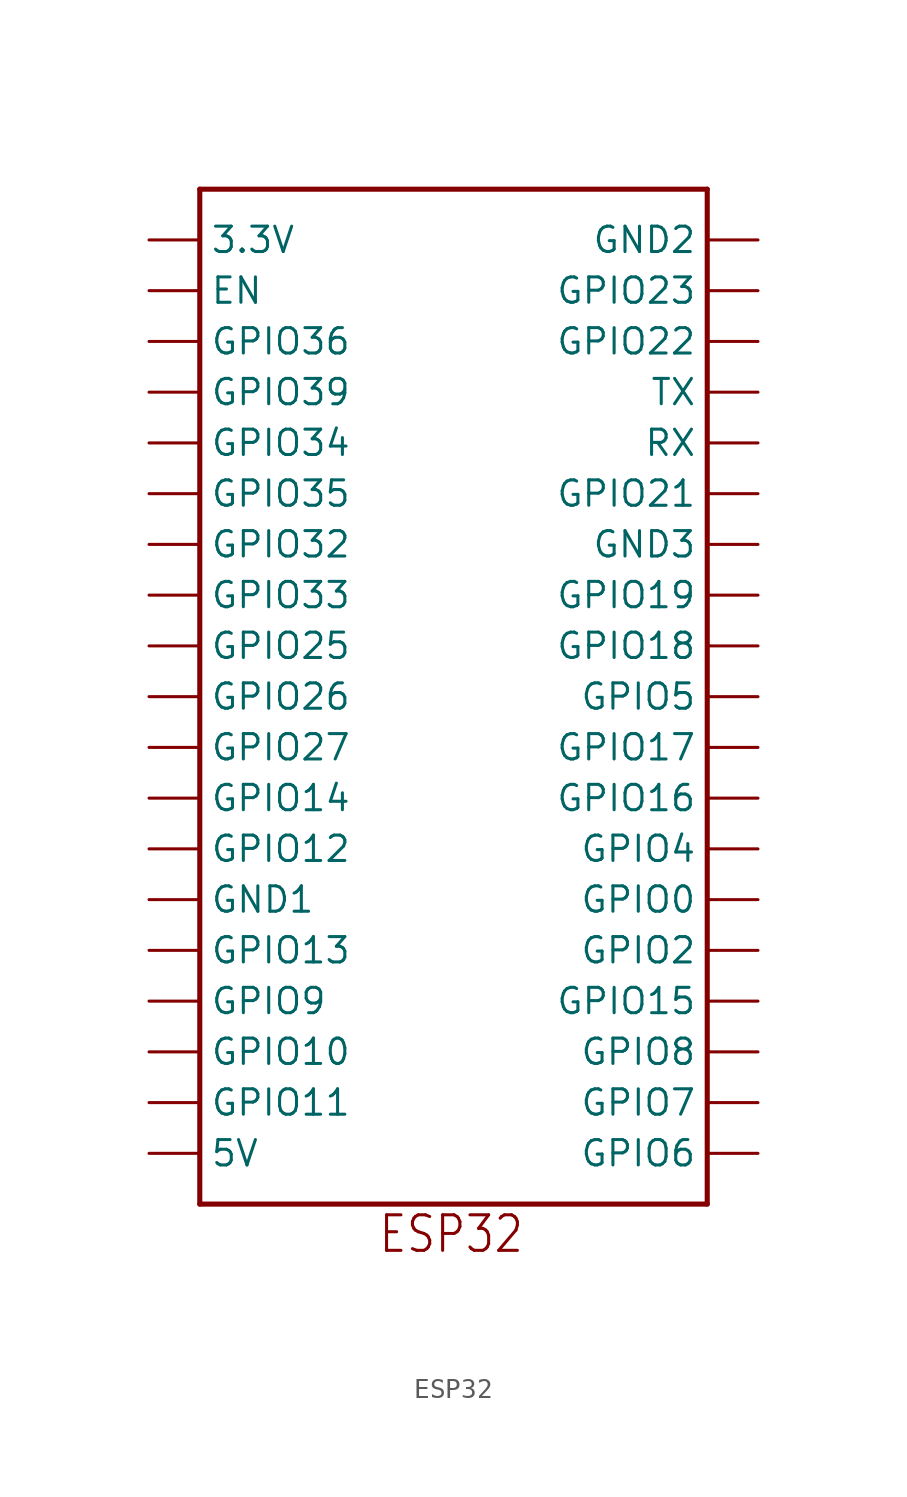
<source format=kicad_sym>
(kicad_symbol_lib
  (version 20220914)
  (generator kicad_symbol_editor)
  (symbol "ESP32"
    (property "Reference" ""
      (at 0 0 0)
      (effects (font (size 1.27 1.27)) hide))
    (property "ki_locked" ""
      (at 0 0 0)
      (effects (font (size 1.27 1.27))))
    (symbol "ESP32_1_0"
      (polyline (pts (xy 2.54 0) (xy 2.54 50.8)) (stroke (width 0.254) (type solid)) (fill (type none)))
      (polyline (pts (xy 2.54 50.8) (xy 27.94 50.8)) (stroke (width 0.254) (type solid)) (fill (type none)))
      (polyline (pts (xy 27.94 0) (xy 2.54 0)) (stroke (width 0.254) (type solid)) (fill (type none)))
      (polyline (pts (xy 27.94 50.8) (xy 27.94 0)) (stroke (width 0.254) (type solid)) (fill (type none)))
      (text "ESP32" (at 11.43 -2.54 0) (effects (font (size 1.778 1.511)) (justify left bottom)))
      (pin bidirectional line (at 0 48.26 0) (length 2.54) (name "3.3V" (effects (font (size 1.27 1.27)))) (number "3.3V" (effects (font (size 0 0)))))
      (pin bidirectional line (at 0 2.54 0) (length 2.54) (name "5V" (effects (font (size 1.27 1.27)))) (number "5V" (effects (font (size 0 0)))))
      (pin bidirectional line (at 0 45.72 0) (length 2.54) (name "EN" (effects (font (size 1.27 1.27)))) (number "EN" (effects (font (size 0 0)))))
      (pin bidirectional line (at 0 15.24 0) (length 2.54) (name "GND1" (effects (font (size 1.27 1.27)))) (number "GND1" (effects (font (size 0 0)))))
      (pin bidirectional line (at 30.48 48.26 180) (length 2.54) (name "GND2" (effects (font (size 1.27 1.27)))) (number "GND2" (effects (font (size 0 0)))))
      (pin bidirectional line (at 30.48 33.02 180) (length 2.54) (name "GND3" (effects (font (size 1.27 1.27)))) (number "GND3" (effects (font (size 0 0)))))
      (pin bidirectional line (at 30.48 15.24 180) (length 2.54) (name "GPIO0" (effects (font (size 1.27 1.27)))) (number "GPIO0" (effects (font (size 0 0)))))
      (pin bidirectional line (at 0 7.62 0) (length 2.54) (name "GPIO10" (effects (font (size 1.27 1.27)))) (number "GPIO10" (effects (font (size 0 0)))))
      (pin bidirectional line (at 0 5.08 0) (length 2.54) (name "GPIO11" (effects (font (size 1.27 1.27)))) (number "GPIO11" (effects (font (size 0 0)))))
      (pin bidirectional line (at 0 17.78 0) (length 2.54) (name "GPIO12" (effects (font (size 1.27 1.27)))) (number "GPIO12" (effects (font (size 0 0)))))
      (pin bidirectional line (at 0 12.7 0) (length 2.54) (name "GPIO13" (effects (font (size 1.27 1.27)))) (number "GPIO13" (effects (font (size 0 0)))))
      (pin bidirectional line (at 0 20.32 0) (length 2.54) (name "GPIO14" (effects (font (size 1.27 1.27)))) (number "GPIO14" (effects (font (size 0 0)))))
      (pin bidirectional line (at 30.48 10.16 180) (length 2.54) (name "GPIO15" (effects (font (size 1.27 1.27)))) (number "GPIO15" (effects (font (size 0 0)))))
      (pin bidirectional line (at 30.48 20.32 180) (length 2.54) (name "GPIO16" (effects (font (size 1.27 1.27)))) (number "GPIO16" (effects (font (size 0 0)))))
      (pin bidirectional line (at 30.48 22.86 180) (length 2.54) (name "GPIO17" (effects (font (size 1.27 1.27)))) (number "GPIO17" (effects (font (size 0 0)))))
      (pin bidirectional line (at 30.48 27.94 180) (length 2.54) (name "GPIO18" (effects (font (size 1.27 1.27)))) (number "GPIO18" (effects (font (size 0 0)))))
      (pin bidirectional line (at 30.48 30.48 180) (length 2.54) (name "GPIO19" (effects (font (size 1.27 1.27)))) (number "GPIO19" (effects (font (size 0 0)))))
      (pin bidirectional line (at 30.48 12.7 180) (length 2.54) (name "GPIO2" (effects (font (size 1.27 1.27)))) (number "GPIO2" (effects (font (size 0 0)))))
      (pin bidirectional line (at 30.48 35.56 180) (length 2.54) (name "GPIO21" (effects (font (size 1.27 1.27)))) (number "GPIO21" (effects (font (size 0 0)))))
      (pin bidirectional line (at 30.48 43.18 180) (length 2.54) (name "GPIO22" (effects (font (size 1.27 1.27)))) (number "GPIO22" (effects (font (size 0 0)))))
      (pin bidirectional line (at 30.48 45.72 180) (length 2.54) (name "GPIO23" (effects (font (size 1.27 1.27)))) (number "GPIO23" (effects (font (size 0 0)))))
      (pin bidirectional line (at 0 27.94 0) (length 2.54) (name "GPIO25" (effects (font (size 1.27 1.27)))) (number "GPIO25" (effects (font (size 0 0)))))
      (pin bidirectional line (at 0 25.4 0) (length 2.54) (name "GPIO26" (effects (font (size 1.27 1.27)))) (number "GPIO26" (effects (font (size 0 0)))))
      (pin bidirectional line (at 0 22.86 0) (length 2.54) (name "GPIO27" (effects (font (size 1.27 1.27)))) (number "GPIO27" (effects (font (size 0 0)))))
      (pin bidirectional line (at 0 33.02 0) (length 2.54) (name "GPIO32" (effects (font (size 1.27 1.27)))) (number "GPIO32" (effects (font (size 0 0)))))
      (pin bidirectional line (at 0 30.48 0) (length 2.54) (name "GPIO33" (effects (font (size 1.27 1.27)))) (number "GPIO33" (effects (font (size 0 0)))))
      (pin bidirectional line (at 0 38.1 0) (length 2.54) (name "GPIO34" (effects (font (size 1.27 1.27)))) (number "GPIO34" (effects (font (size 0 0)))))
      (pin bidirectional line (at 0 35.56 0) (length 2.54) (name "GPIO35" (effects (font (size 1.27 1.27)))) (number "GPIO35" (effects (font (size 0 0)))))
      (pin bidirectional line (at 0 43.18 0) (length 2.54) (name "GPIO36" (effects (font (size 1.27 1.27)))) (number "GPIO36" (effects (font (size 0 0)))))
      (pin bidirectional line (at 0 40.64 0) (length 2.54) (name "GPIO39" (effects (font (size 1.27 1.27)))) (number "GPIO39" (effects (font (size 0 0)))))
      (pin bidirectional line (at 30.48 17.78 180) (length 2.54) (name "GPIO4" (effects (font (size 1.27 1.27)))) (number "GPIO4" (effects (font (size 0 0)))))
      (pin bidirectional line (at 30.48 25.4 180) (length 2.54) (name "GPIO5" (effects (font (size 1.27 1.27)))) (number "GPIO5" (effects (font (size 0 0)))))
      (pin bidirectional line (at 30.48 2.54 180) (length 2.54) (name "GPIO6" (effects (font (size 1.27 1.27)))) (number "GPIO6" (effects (font (size 0 0)))))
      (pin bidirectional line (at 30.48 5.08 180) (length 2.54) (name "GPIO7" (effects (font (size 1.27 1.27)))) (number "GPIO7" (effects (font (size 0 0)))))
      (pin bidirectional line (at 30.48 7.62 180) (length 2.54) (name "GPIO8" (effects (font (size 1.27 1.27)))) (number "GPIO8" (effects (font (size 0 0)))))
      (pin bidirectional line (at 0 10.16 0) (length 2.54) (name "GPIO9" (effects (font (size 1.27 1.27)))) (number "GPIO9" (effects (font (size 0 0)))))
      (pin bidirectional line (at 30.48 38.1 180) (length 2.54) (name "RX" (effects (font (size 1.27 1.27)))) (number "RX" (effects (font (size 0 0)))))
      (pin bidirectional line (at 30.48 40.64 180) (length 2.54) (name "TX" (effects (font (size 1.27 1.27)))) (number "TX" (effects (font (size 0 0))))))))
</source>
